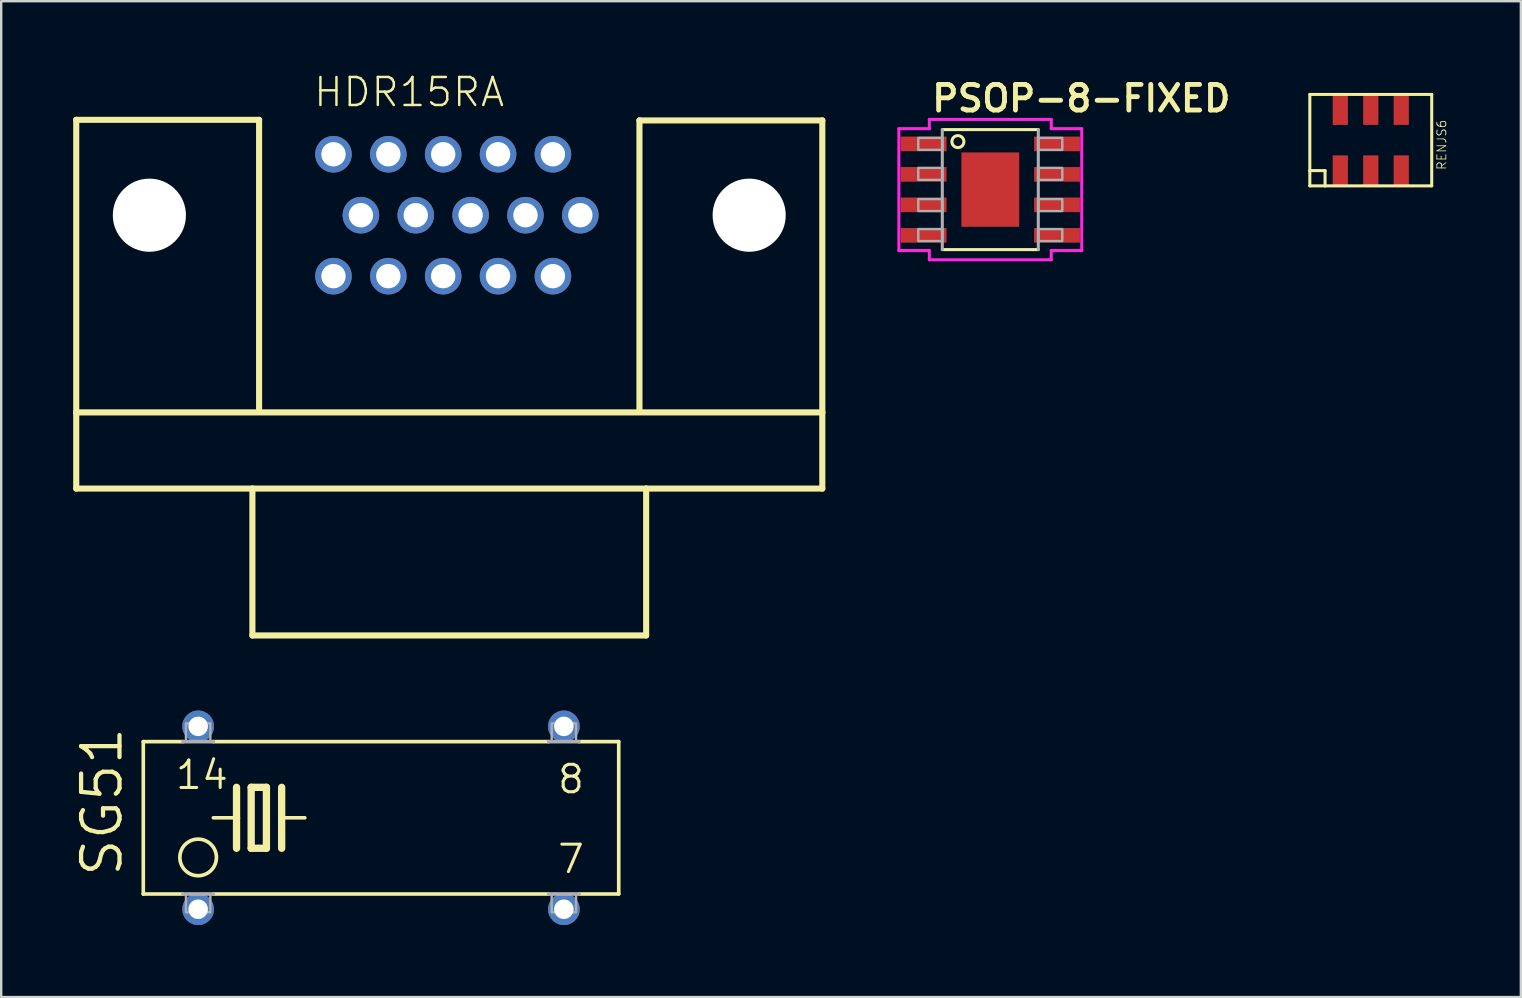
<source format=kicad_pcb>
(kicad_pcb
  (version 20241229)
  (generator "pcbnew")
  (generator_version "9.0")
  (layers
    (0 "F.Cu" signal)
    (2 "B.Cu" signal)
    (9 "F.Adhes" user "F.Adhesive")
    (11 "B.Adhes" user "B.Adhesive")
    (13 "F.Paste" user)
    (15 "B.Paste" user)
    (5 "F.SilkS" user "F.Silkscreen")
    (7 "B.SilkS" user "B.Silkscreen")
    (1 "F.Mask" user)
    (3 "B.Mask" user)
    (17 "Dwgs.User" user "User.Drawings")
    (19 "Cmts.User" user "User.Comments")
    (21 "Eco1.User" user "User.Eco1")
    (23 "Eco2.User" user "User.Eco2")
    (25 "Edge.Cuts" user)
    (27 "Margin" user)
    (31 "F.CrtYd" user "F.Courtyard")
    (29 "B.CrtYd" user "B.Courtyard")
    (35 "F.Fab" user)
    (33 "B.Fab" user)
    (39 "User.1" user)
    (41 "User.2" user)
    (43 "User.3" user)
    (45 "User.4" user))
  (footprint "HDR15RA"
    (layer "F.Cu")
    (at 15.672 5.918)
    (property "Reference" "HDR15RA" (at -5.715 -4.445 0) (unlocked yes) (layer "F.SilkS") (effects (font (size 1.168 1.168) (thickness 0.102)) (justify left bottom)))
    (fp_line (start -15.545 -3.975) (end -7.925 -3.975) (stroke (width 0.254) (type solid)) (layer "F.SilkS"))
    (fp_line (start -15.545 8.217) (end -15.545 -3.975) (stroke (width 0.254) (type solid)) (layer "F.SilkS"))
    (fp_line (start -15.545 8.217) (end 15.545 8.217) (stroke (width 0.254) (type solid)) (layer "F.SilkS"))
    (fp_line (start -15.545 11.392) (end -15.545 8.217) (stroke (width 0.254) (type solid)) (layer "F.SilkS"))
    (fp_line (start -8.204 11.392) (end -15.545 11.392) (stroke (width 0.254) (type solid)) (layer "F.SilkS"))
    (fp_line (start -8.204 11.392) (end 8.204 11.392) (stroke (width 0.254) (type solid)) (layer "F.SilkS"))
    (fp_line (start -8.204 17.513) (end -8.204 11.392) (stroke (width 0.254) (type solid)) (layer "F.SilkS"))
    (fp_line (start -7.925 -3.975) (end -7.925 8.077) (stroke (width 0.254) (type solid)) (layer "F.SilkS"))
    (fp_line (start 7.925 -3.95) (end 7.925 8.077) (stroke (width 0.254) (type solid)) (layer "F.SilkS"))
    (fp_line (start 8.204 11.392) (end 8.204 17.513) (stroke (width 0.254) (type solid)) (layer "F.SilkS"))
    (fp_line (start 8.204 17.513) (end -8.204 17.513) (stroke (width 0.254) (type solid)) (layer "F.SilkS"))
    (fp_line (start 15.545 -3.95) (end 7.925 -3.95) (stroke (width 0.254) (type solid)) (layer "F.SilkS"))
    (fp_line (start 15.545 -3.95) (end 15.545 8.217) (stroke (width 0.254) (type solid)) (layer "F.SilkS"))
    (fp_line (start 15.545 8.217) (end 15.545 11.392) (stroke (width 0.254) (type solid)) (layer "F.SilkS"))
    (fp_line (start 15.545 11.392) (end 8.204 11.392) (stroke (width 0.254) (type solid)) (layer "F.SilkS"))
    (pad "" np_thru_hole circle (at -12.497 0) (size 3.048 3.048) (drill 3.048) (layers "*.Cu" "*.Mask"))
    (pad "" np_thru_hole circle (at 12.497 0) (size 3.048 3.048) (drill 3.048) (layers "*.Cu" "*.Mask"))
    (pad "1" thru_hole circle (at 4.318 -2.54) (size 1.524 1.524) (drill 1.016) (layers "*.Cu" "*.Mask"))
    (pad "2" thru_hole circle (at 2.032 -2.54) (size 1.524 1.524) (drill 1.016) (layers "*.Cu" "*.Mask"))
    (pad "3" thru_hole circle (at -0.254 -2.54) (size 1.524 1.524) (drill 1.016) (layers "*.Cu" "*.Mask"))
    (pad "4" thru_hole circle (at -2.54 -2.54) (size 1.524 1.524) (drill 1.016) (layers "*.Cu" "*.Mask"))
    (pad "5" thru_hole circle (at -4.826 -2.54) (size 1.524 1.524) (drill 1.016) (layers "*.Cu" "*.Mask"))
    (pad "6" thru_hole circle (at 5.461 0) (size 1.524 1.524) (drill 1.016) (layers "*.Cu" "*.Mask"))
    (pad "7" thru_hole circle (at 3.175 0) (size 1.524 1.524) (drill 1.016) (layers "*.Cu" "*.Mask"))
    (pad "8" thru_hole circle (at 0.889 0) (size 1.524 1.524) (drill 1.016) (layers "*.Cu" "*.Mask"))
    (pad "9" thru_hole circle (at -1.397 0) (size 1.524 1.524) (drill 1.016) (layers "*.Cu" "*.Mask"))
    (pad "10" thru_hole circle (at -3.683 0) (size 1.524 1.524) (drill 1.016) (layers "*.Cu" "*.Mask"))
    (pad "11" thru_hole circle (at 4.318 2.54) (size 1.524 1.524) (drill 1.016) (layers "*.Cu" "*.Mask"))
    (pad "12" thru_hole circle (at 2.032 2.54) (size 1.524 1.524) (drill 1.016) (layers "*.Cu" "*.Mask"))
    (pad "13" thru_hole circle (at -0.254 2.54) (size 1.524 1.524) (drill 1.016) (layers "*.Cu" "*.Mask"))
    (pad "14" thru_hole circle (at -2.54 2.54) (size 1.524 1.524) (drill 1.016) (layers "*.Cu" "*.Mask"))
    (pad "15" thru_hole circle (at -4.826 2.54) (size 1.524 1.524) (drill 1.016) (layers "*.Cu" "*.Mask")))
  (footprint "RENJS6"
    (layer "F.Cu")
    (at 56.612 0.25)
    (property "Reference" "RENJS6" (at 0.635 3.81 90) (unlocked yes) (layer "F.SilkS") (effects (font (size 0.374 0.374) (thickness 0.033)) (justify left bottom)))
    (fp_line (start -5.08 0.635) (end 0 0.635) (stroke (width 0.127) (type solid)) (layer "F.SilkS"))
    (fp_line (start -5.08 3.81) (end -5.08 0.635) (stroke (width 0.127) (type solid)) (layer "F.SilkS"))
    (fp_line (start -5.08 3.81) (end -4.445 3.81) (stroke (width 0.127) (type solid)) (layer "F.SilkS"))
    (fp_line (start -5.08 4.445) (end -5.08 3.81) (stroke (width 0.127) (type solid)) (layer "F.SilkS"))
    (fp_line (start -4.445 3.81) (end -4.445 4.445) (stroke (width 0.127) (type solid)) (layer "F.SilkS"))
    (fp_line (start -4.445 4.445) (end -5.08 4.445) (stroke (width 0.127) (type solid)) (layer "F.SilkS"))
    (fp_line (start 0 0.635) (end 0 4.445) (stroke (width 0.127) (type solid)) (layer "F.SilkS"))
    (fp_line (start 0 4.445) (end -4.445 4.445) (stroke (width 0.127) (type solid)) (layer "F.SilkS"))
    (pad "1" smd rect (at -3.81 3.81 90) (size 1.27 0.635) (layers "F.Cu" "F.Mask" "F.Paste"))
    (pad "2" smd rect (at -2.54 3.81 90) (size 1.27 0.635) (layers "F.Cu" "F.Mask" "F.Paste"))
    (pad "3" smd rect (at -1.27 3.81 90) (size 1.27 0.635) (layers "F.Cu" "F.Mask" "F.Paste"))
    (pad "4" smd rect (at -1.27 1.27 90) (size 1.27 0.635) (layers "F.Cu" "F.Mask" "F.Paste"))
    (pad "5" smd rect (at -2.54 1.27 270) (size 1.27 0.635) (layers "F.Cu" "F.Mask" "F.Paste"))
    (pad "6" smd rect (at -3.81 1.27 90) (size 1.27 0.635) (layers "F.Cu" "F.Mask" "F.Paste")))
  (footprint "SG51"
    (layer "F.Cu")
    (at 12.827 31.029)
    (property "Reference" "SG51" (at -10.693 2.54 90) (unlocked yes) (layer "F.SilkS") (effects (font (size 1.6 1.6) (thickness 0.178)) (justify left bottom)))
    (fp_line (start -9.906 -3.175) (end -9.906 3.175) (stroke (width 0.152) (type solid)) (layer "F.SilkS"))
    (fp_line (start -9.906 -3.175) (end -8.255 -3.175) (stroke (width 0.152) (type solid)) (layer "F.SilkS"))
    (fp_line (start -9.906 3.175) (end -8.255 3.175) (stroke (width 0.152) (type solid)) (layer "F.SilkS"))
    (fp_line (start -6.985 -3.175) (end 6.985 -3.175) (stroke (width 0.152) (type solid)) (layer "F.SilkS"))
    (fp_line (start -6.985 3.175) (end 6.985 3.175) (stroke (width 0.152) (type solid)) (layer "F.SilkS"))
    (fp_line (start -6.02 -1.27) (end -6.02 0) (stroke (width 0.305) (type solid)) (layer "F.SilkS"))
    (fp_line (start -6.02 0) (end -6.985 0) (stroke (width 0.152) (type solid)) (layer "F.SilkS"))
    (fp_line (start -6.02 0) (end -6.02 1.27) (stroke (width 0.305) (type solid)) (layer "F.SilkS"))
    (fp_line (start -5.41 -1.27) (end -5.41 1.27) (stroke (width 0.305) (type solid)) (layer "F.SilkS"))
    (fp_line (start -5.41 1.27) (end -4.775 1.27) (stroke (width 0.305) (type solid)) (layer "F.SilkS"))
    (fp_line (start -4.775 -1.27) (end -5.41 -1.27) (stroke (width 0.305) (type solid)) (layer "F.SilkS"))
    (fp_line (start -4.775 1.27) (end -4.775 -1.27) (stroke (width 0.305) (type solid)) (layer "F.SilkS"))
    (fp_line (start -4.14 -1.27) (end -4.14 0) (stroke (width 0.305) (type solid)) (layer "F.SilkS"))
    (fp_line (start -4.14 0) (end -4.14 1.27) (stroke (width 0.305) (type solid)) (layer "F.SilkS"))
    (fp_line (start -4.14 0) (end -3.175 0) (stroke (width 0.152) (type solid)) (layer "F.SilkS"))
    (fp_line (start 9.906 -3.175) (end 8.255 -3.175) (stroke (width 0.152) (type solid)) (layer "F.SilkS"))
    (fp_line (start 9.906 3.175) (end 8.255 3.175) (stroke (width 0.152) (type solid)) (layer "F.SilkS"))
    (fp_line (start 9.906 3.175) (end 9.906 -3.175) (stroke (width 0.152) (type solid)) (layer "F.SilkS"))
    (fp_circle (center -7.62 1.651) (end -6.858 1.651) (stroke (width 0.152) (type solid)) (fill no) (layer "F.SilkS"))
    (fp_line (start -6.985 -3.175) (end -8.255 -3.175) (stroke (width 0.152) (type solid)) (layer "F.Fab"))
    (fp_line (start -6.985 3.175) (end -8.255 3.175) (stroke (width 0.152) (type solid)) (layer "F.Fab"))
    (fp_line (start 8.255 -3.175) (end 6.985 -3.175) (stroke (width 0.152) (type solid)) (layer "F.Fab"))
    (fp_line (start 8.255 3.175) (end 6.985 3.175) (stroke (width 0.152) (type solid)) (layer "F.Fab"))
    (fp_poly (pts (xy -8.128 -3.175) (xy -7.112 -3.175) (xy -7.112 -3.937) (xy -8.128 -3.937)) (stroke (width 0.1) (type default)) (fill no) (layer "F.Fab"))
    (fp_poly (pts (xy -8.128 3.937) (xy -7.112 3.937) (xy -7.112 3.175) (xy -8.128 3.175)) (stroke (width 0.1) (type default)) (fill no) (layer "F.Fab"))
    (fp_poly (pts (xy 7.112 -3.175) (xy 8.128 -3.175) (xy 8.128 -3.937) (xy 7.112 -3.937)) (stroke (width 0.1) (type default)) (fill no) (layer "F.Fab"))
    (fp_poly (pts (xy 7.112 3.937) (xy 8.128 3.937) (xy 8.128 3.175) (xy 7.112 3.175)) (stroke (width 0.1) (type default)) (fill no) (layer "F.Fab"))
    (fp_text user "8" (at 7.29 -0.94 0) (unlocked yes) (layer "F.SilkS") (effects (font (size 1.143 1.143) (thickness 0.127)) (justify left bottom)))
    (fp_text user "7" (at 7.29 2.388 0) (unlocked yes) (layer "F.SilkS") (effects (font (size 1.143 1.143) (thickness 0.127)) (justify left bottom)))
    (fp_text user "14" (at -8.636 -1.118 0) (unlocked yes) (layer "F.SilkS") (effects (font (size 1.143 1.143) (thickness 0.127)) (justify left bottom)))
    (pad "1" thru_hole circle (at -7.62 3.81) (size 1.321 1.321) (drill 0.813) (layers "*.Cu" "*.Mask"))
    (pad "7" thru_hole circle (at 7.62 3.81) (size 1.321 1.321) (drill 0.813) (layers "*.Cu" "*.Mask"))
    (pad "8" thru_hole circle (at 7.62 -3.81) (size 1.321 1.321) (drill 0.813) (layers "*.Cu" "*.Mask"))
    (pad "14" thru_hole circle (at -7.62 -3.81) (size 1.321 1.321) (drill 0.813) (layers "*.Cu" "*.Mask")))
  (footprint "PSOP-8-FIXED"
    (layer "F.Cu")
    (at 38.217 4.851)
    (property "Reference" "PSOP-8-FIXED" (at -2.54 -3.175 0) (unlocked yes) (layer "F.SilkS") (effects (font (size 1.067 1.067) (thickness 0.203)) (justify left bottom)))
    (fp_line (start -2 -2.5) (end 2 -2.5) (stroke (width 0.127) (type solid)) (layer "F.SilkS"))
    (fp_line (start 2 2.5) (end -2 2.5) (stroke (width 0.127) (type solid)) (layer "F.SilkS"))
    (fp_circle (center -1.35 -2) (end -1.1 -2) (stroke (width 0.127) (type solid)) (fill no) (layer "F.SilkS"))
    (fp_line (start -3.81 -2.54) (end -2.54 -2.54) (stroke (width 0.127) (type solid)) (layer "F.CrtYd"))
    (fp_line (start -3.81 2.54) (end -3.81 -2.54) (stroke (width 0.127) (type solid)) (layer "F.CrtYd"))
    (fp_line (start -2.54 -2.925) (end 2.54 -2.925) (stroke (width 0.127) (type solid)) (layer "F.CrtYd"))
    (fp_line (start -2.54 -2.54) (end -2.54 -2.925) (stroke (width 0.127) (type solid)) (layer "F.CrtYd"))
    (fp_line (start -2.54 2.54) (end -3.81 2.54) (stroke (width 0.127) (type solid)) (layer "F.CrtYd"))
    (fp_line (start -2.54 2.925) (end -2.54 2.54) (stroke (width 0.127) (type solid)) (layer "F.CrtYd"))
    (fp_line (start 2.54 -2.925) (end 2.54 -2.54) (stroke (width 0.127) (type solid)) (layer "F.CrtYd"))
    (fp_line (start 2.54 -2.54) (end 3.81 -2.54) (stroke (width 0.127) (type solid)) (layer "F.CrtYd"))
    (fp_line (start 2.54 2.54) (end 2.54 2.925) (stroke (width 0.127) (type solid)) (layer "F.CrtYd"))
    (fp_line (start 2.54 2.925) (end -2.54 2.925) (stroke (width 0.127) (type solid)) (layer "F.CrtYd"))
    (fp_line (start 3.81 -2.54) (end 3.81 2.54) (stroke (width 0.127) (type solid)) (layer "F.CrtYd"))
    (fp_line (start 3.81 2.54) (end 2.54 2.54) (stroke (width 0.127) (type solid)) (layer "F.CrtYd"))
    (fp_line (start -2 2.5) (end -2 -2.5) (stroke (width 0.127) (type solid)) (layer "F.Fab"))
    (fp_line (start 2 -2.5) (end 2 2.5) (stroke (width 0.127) (type solid)) (layer "F.Fab"))
    (fp_poly (pts (xy -3 -1.655) (xy -2 -1.655) (xy -2 -2.155) (xy -3 -2.155)) (stroke (width 0.1) (type default)) (fill no) (layer "F.Fab"))
    (fp_poly (pts (xy -3 -0.405) (xy -2 -0.405) (xy -2 -0.905) (xy -3 -0.905)) (stroke (width 0.1) (type default)) (fill no) (layer "F.Fab"))
    (fp_poly (pts (xy -3 0.895) (xy -2 0.895) (xy -2 0.395) (xy -3 0.395)) (stroke (width 0.1) (type default)) (fill no) (layer "F.Fab"))
    (fp_poly (pts (xy -3 2.145) (xy -2 2.145) (xy -2 1.645) (xy -3 1.645)) (stroke (width 0.1) (type default)) (fill no) (layer "F.Fab"))
    (fp_poly (pts (xy 2 -1.655) (xy 3 -1.655) (xy 3 -2.155) (xy 2 -2.155)) (stroke (width 0.1) (type default)) (fill no) (layer "F.Fab"))
    (fp_poly (pts (xy 2 -0.405) (xy 3 -0.405) (xy 3 -0.905) (xy 2 -0.905)) (stroke (width 0.1) (type default)) (fill no) (layer "F.Fab"))
    (fp_poly (pts (xy 2 0.895) (xy 3 0.895) (xy 3 0.395) (xy 2 0.395)) (stroke (width 0.1) (type default)) (fill no) (layer "F.Fab"))
    (fp_poly (pts (xy 2 2.145) (xy 3 2.145) (xy 3 1.645) (xy 2 1.645)) (stroke (width 0.1) (type default)) (fill no) (layer "F.Fab"))
    (pad "1" smd rect (at -2.78 -1.905 90) (size 0.61 1.91) (layers "F.Cu" "F.Mask" "F.Paste"))
    (pad "2" smd rect (at -2.78 -0.635 90) (size 0.61 1.91) (layers "F.Cu" "F.Mask" "F.Paste"))
    (pad "3" smd rect (at -2.78 0.635 90) (size 0.61 1.91) (layers "F.Cu" "F.Mask" "F.Paste"))
    (pad "4" smd rect (at -2.78 1.905 90) (size 0.61 1.91) (layers "F.Cu" "F.Mask" "F.Paste"))
    (pad "5" smd rect (at 2.78 1.905 90) (size 0.61 1.91) (layers "F.Cu" "F.Mask" "F.Paste"))
    (pad "6" smd rect (at 2.78 0.635 90) (size 0.61 1.91) (layers "F.Cu" "F.Mask" "F.Paste"))
    (pad "7" smd rect (at 2.78 -0.635 90) (size 0.61 1.91) (layers "F.Cu" "F.Mask" "F.Paste"))
    (pad "8" smd rect (at 2.78 -1.905 90) (size 0.61 1.91) (layers "F.Cu" "F.Mask" "F.Paste"))
    (pad "PAD" smd rect (at 0 0) (size 2.41 3.1) (layers "F.Cu" "F.Mask" "F.Paste")))
  (gr_rect
    (start -3 -3)
    (end 60.327 38.499)
    (stroke (width 0.1) (type default))
    (fill no)
    (layer "Edge.Cuts")))
</source>
